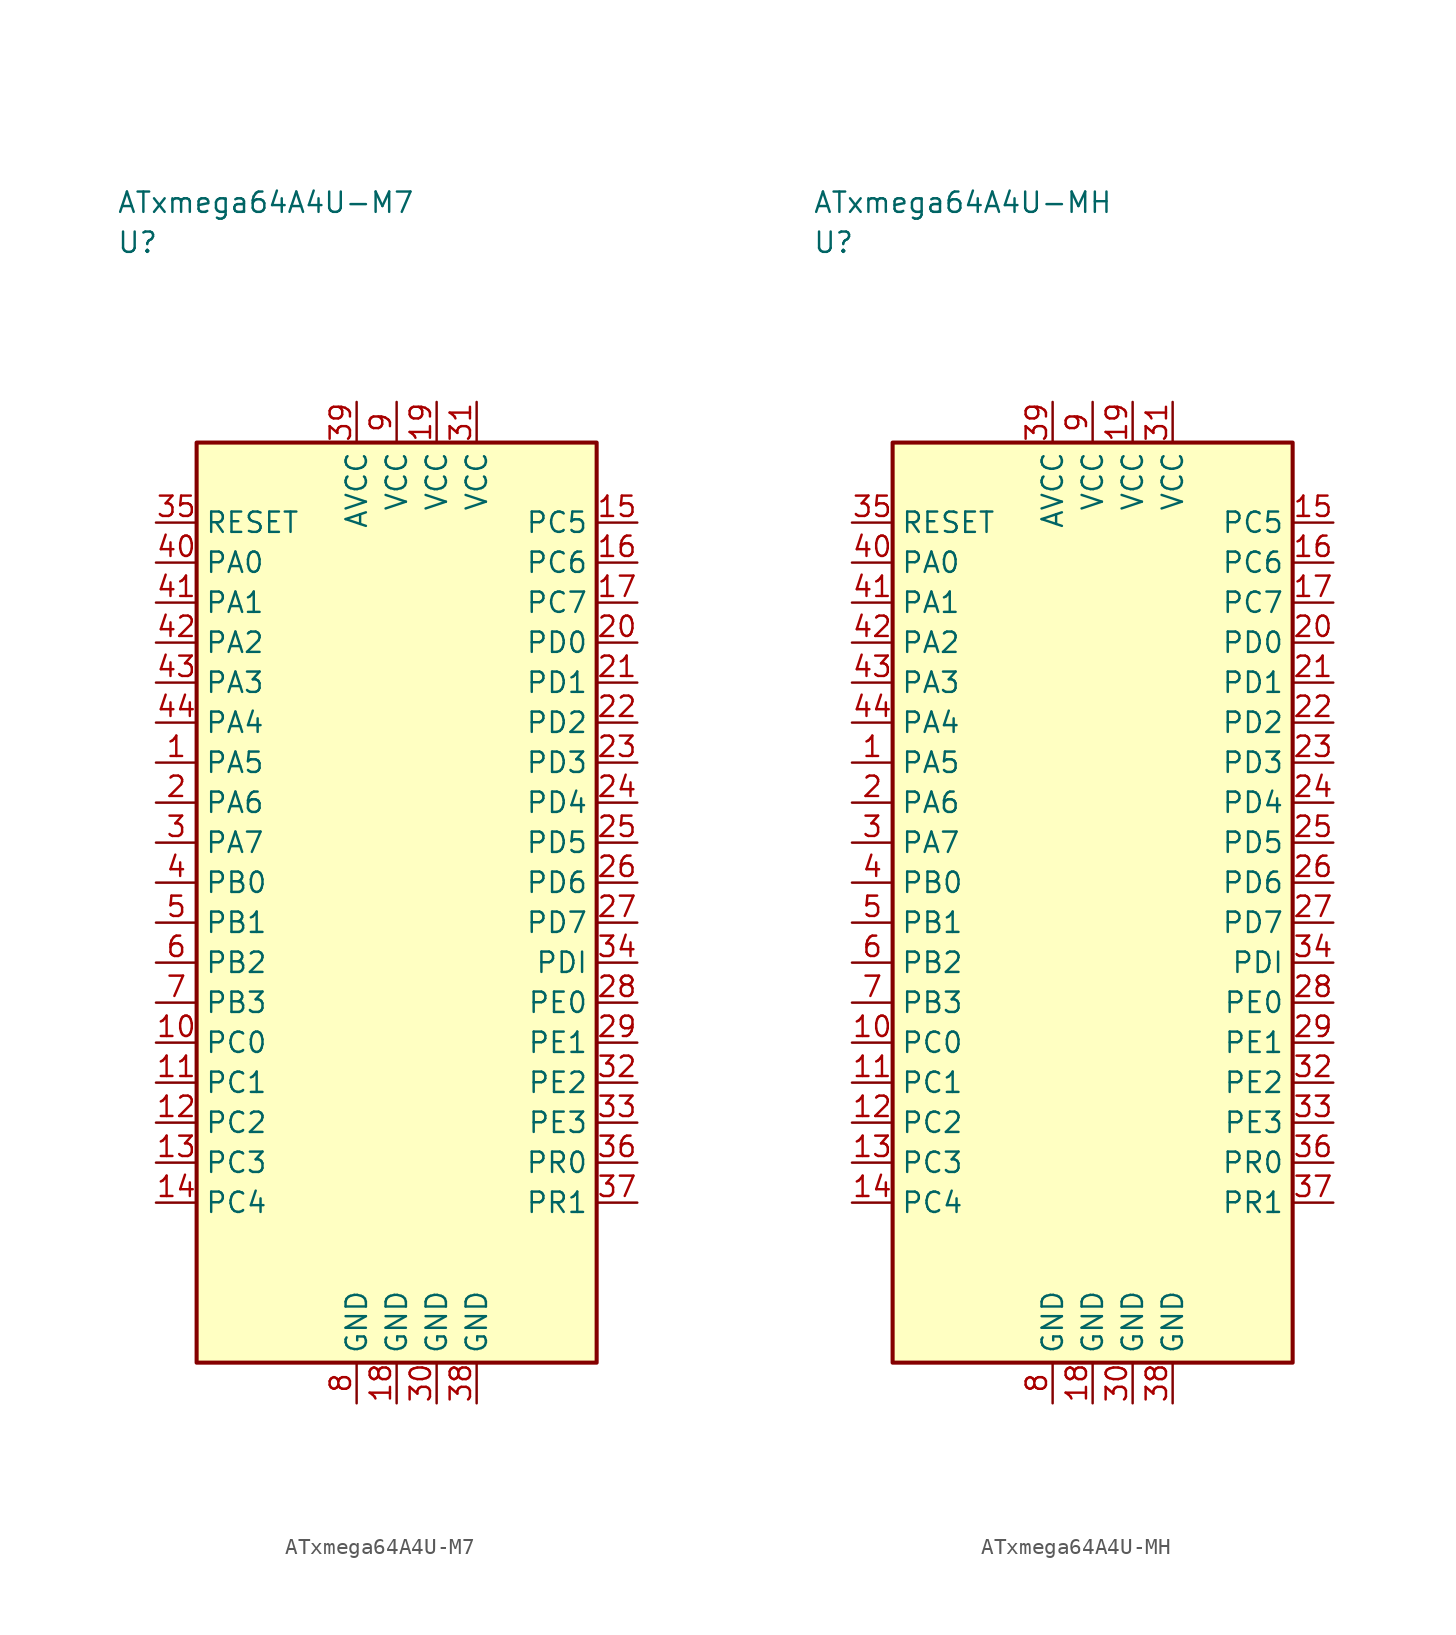
<source format=kicad_sym>
(kicad_symbol_lib
  (version 20241025)
  (generator "kicad_symbol_editor")
  (generator_version "8.0")
  (symbol "ATxmega64A4U-M7"
    (property "Reference" "U"
      (at -17.5 41.25 0)
      (effects (font (size 1.27 1.27)) (justify left)))
    (property "Value" "ATxmega64A4U-M7"
      (at -17.5 43.75 0)
      (effects (font (size 1.27 1.27)) (justify left)))
    (symbol "ATxmega64A4U-M7_0_1"
      (rectangle (start -12.5 28.75) (end 12.5 -28.75) (stroke (width 0.254) (type default)) (fill (type background))))
    (symbol "ATxmega64A4U-M7_1_1"
      (pin bidirectional line (at -15.04 8.75 0.0) (length 2.54) (name "PA5" (effects (font (size 1.27 1.27)))) (number "1" (effects (font (size 1.27 1.27)))))
      (pin bidirectional line (at -15.04 6.25 0.0) (length 2.54) (name "PA6" (effects (font (size 1.27 1.27)))) (number "2" (effects (font (size 1.27 1.27)))))
      (pin bidirectional line (at -15.04 3.75 0.0) (length 2.54) (name "PA7" (effects (font (size 1.27 1.27)))) (number "3" (effects (font (size 1.27 1.27)))))
      (pin bidirectional line (at -15.04 1.25 0.0) (length 2.54) (name "PB0" (effects (font (size 1.27 1.27)))) (number "4" (effects (font (size 1.27 1.27)))))
      (pin bidirectional line (at -15.04 -1.25 0.0) (length 2.54) (name "PB1" (effects (font (size 1.27 1.27)))) (number "5" (effects (font (size 1.27 1.27)))))
      (pin bidirectional line (at -15.04 -3.75 0.0) (length 2.54) (name "PB2" (effects (font (size 1.27 1.27)))) (number "6" (effects (font (size 1.27 1.27)))))
      (pin bidirectional line (at -15.04 -6.25 0.0) (length 2.54) (name "PB3" (effects (font (size 1.27 1.27)))) (number "7" (effects (font (size 1.27 1.27)))))
      (pin passive line (at -2.5 -31.29 90.0) (length 2.54) (name "GND" (effects (font (size 1.27 1.27)))) (number "8" (effects (font (size 1.27 1.27)))))
      (pin power_in line (at 0.0 31.29 270.0) (length 2.54) (name "VCC" (effects (font (size 1.27 1.27)))) (number "9" (effects (font (size 1.27 1.27)))))
      (pin bidirectional line (at -15.04 -8.75 0.0) (length 2.54) (name "PC0" (effects (font (size 1.27 1.27)))) (number "10" (effects (font (size 1.27 1.27)))))
      (pin bidirectional line (at -15.04 -11.25 0.0) (length 2.54) (name "PC1" (effects (font (size 1.27 1.27)))) (number "11" (effects (font (size 1.27 1.27)))))
      (pin bidirectional line (at -15.04 -13.75 0.0) (length 2.54) (name "PC2" (effects (font (size 1.27 1.27)))) (number "12" (effects (font (size 1.27 1.27)))))
      (pin bidirectional line (at -15.04 -16.25 0.0) (length 2.54) (name "PC3" (effects (font (size 1.27 1.27)))) (number "13" (effects (font (size 1.27 1.27)))))
      (pin bidirectional line (at -15.04 -18.75 0.0) (length 2.54) (name "PC4" (effects (font (size 1.27 1.27)))) (number "14" (effects (font (size 1.27 1.27)))))
      (pin bidirectional line (at 15.04 23.75 180.0) (length 2.54) (name "PC5" (effects (font (size 1.27 1.27)))) (number "15" (effects (font (size 1.27 1.27)))))
      (pin bidirectional line (at 15.04 21.25 180.0) (length 2.54) (name "PC6" (effects (font (size 1.27 1.27)))) (number "16" (effects (font (size 1.27 1.27)))))
      (pin bidirectional line (at 15.04 18.75 180.0) (length 2.54) (name "PC7" (effects (font (size 1.27 1.27)))) (number "17" (effects (font (size 1.27 1.27)))))
      (pin passive line (at 0.0 -31.29 90.0) (length 2.54) (name "GND" (effects (font (size 1.27 1.27)))) (number "18" (effects (font (size 1.27 1.27)))))
      (pin power_in line (at 2.5 31.29 270.0) (length 2.54) (name "VCC" (effects (font (size 1.27 1.27)))) (number "19" (effects (font (size 1.27 1.27)))))
      (pin bidirectional line (at 15.04 16.25 180.0) (length 2.54) (name "PD0" (effects (font (size 1.27 1.27)))) (number "20" (effects (font (size 1.27 1.27)))))
      (pin bidirectional line (at 15.04 13.75 180.0) (length 2.54) (name "PD1" (effects (font (size 1.27 1.27)))) (number "21" (effects (font (size 1.27 1.27)))))
      (pin bidirectional line (at 15.04 11.25 180.0) (length 2.54) (name "PD2" (effects (font (size 1.27 1.27)))) (number "22" (effects (font (size 1.27 1.27)))))
      (pin bidirectional line (at 15.04 8.75 180.0) (length 2.54) (name "PD3" (effects (font (size 1.27 1.27)))) (number "23" (effects (font (size 1.27 1.27)))))
      (pin bidirectional line (at 15.04 6.25 180.0) (length 2.54) (name "PD4" (effects (font (size 1.27 1.27)))) (number "24" (effects (font (size 1.27 1.27)))))
      (pin bidirectional line (at 15.04 3.75 180.0) (length 2.54) (name "PD5" (effects (font (size 1.27 1.27)))) (number "25" (effects (font (size 1.27 1.27)))))
      (pin bidirectional line (at 15.04 1.25 180.0) (length 2.54) (name "PD6" (effects (font (size 1.27 1.27)))) (number "26" (effects (font (size 1.27 1.27)))))
      (pin bidirectional line (at 15.04 -1.25 180.0) (length 2.54) (name "PD7" (effects (font (size 1.27 1.27)))) (number "27" (effects (font (size 1.27 1.27)))))
      (pin bidirectional line (at 15.04 -6.25 180.0) (length 2.54) (name "PE0" (effects (font (size 1.27 1.27)))) (number "28" (effects (font (size 1.27 1.27)))))
      (pin bidirectional line (at 15.04 -8.75 180.0) (length 2.54) (name "PE1" (effects (font (size 1.27 1.27)))) (number "29" (effects (font (size 1.27 1.27)))))
      (pin passive line (at 2.5 -31.29 90.0) (length 2.54) (name "GND" (effects (font (size 1.27 1.27)))) (number "30" (effects (font (size 1.27 1.27)))))
      (pin power_in line (at 5.0 31.29 270.0) (length 2.54) (name "VCC" (effects (font (size 1.27 1.27)))) (number "31" (effects (font (size 1.27 1.27)))))
      (pin bidirectional line (at 15.04 -11.25 180.0) (length 2.54) (name "PE2" (effects (font (size 1.27 1.27)))) (number "32" (effects (font (size 1.27 1.27)))))
      (pin bidirectional line (at 15.04 -13.75 180.0) (length 2.54) (name "PE3" (effects (font (size 1.27 1.27)))) (number "33" (effects (font (size 1.27 1.27)))))
      (pin bidirectional line (at 15.04 -3.75 180.0) (length 2.54) (name "PDI" (effects (font (size 1.27 1.27)))) (number "34" (effects (font (size 1.27 1.27)))))
      (pin input line (at -15.04 23.75 0.0) (length 2.54) (name "RESET" (effects (font (size 1.27 1.27)))) (number "35" (effects (font (size 1.27 1.27)))))
      (pin bidirectional line (at 15.04 -16.25 180.0) (length 2.54) (name "PR0" (effects (font (size 1.27 1.27)))) (number "36" (effects (font (size 1.27 1.27)))))
      (pin bidirectional line (at 15.04 -18.75 180.0) (length 2.54) (name "PR1" (effects (font (size 1.27 1.27)))) (number "37" (effects (font (size 1.27 1.27)))))
      (pin passive line (at 5.0 -31.29 90.0) (length 2.54) (name "GND" (effects (font (size 1.27 1.27)))) (number "38" (effects (font (size 1.27 1.27)))))
      (pin power_in line (at -2.5 31.29 270.0) (length 2.54) (name "AVCC" (effects (font (size 1.27 1.27)))) (number "39" (effects (font (size 1.27 1.27)))))
      (pin bidirectional line (at -15.04 21.25 0.0) (length 2.54) (name "PA0" (effects (font (size 1.27 1.27)))) (number "40" (effects (font (size 1.27 1.27)))))
      (pin bidirectional line (at -15.04 18.75 0.0) (length 2.54) (name "PA1" (effects (font (size 1.27 1.27)))) (number "41" (effects (font (size 1.27 1.27)))))
      (pin bidirectional line (at -15.04 16.25 0.0) (length 2.54) (name "PA2" (effects (font (size 1.27 1.27)))) (number "42" (effects (font (size 1.27 1.27)))))
      (pin bidirectional line (at -15.04 13.75 0.0) (length 2.54) (name "PA3" (effects (font (size 1.27 1.27)))) (number "43" (effects (font (size 1.27 1.27)))))
      (pin bidirectional line (at -15.04 11.25 0.0) (length 2.54) (name "PA4" (effects (font (size 1.27 1.27)))) (number "44" (effects (font (size 1.27 1.27)))))))
  (symbol "ATxmega64A4U-MH"
    (property "Reference" "U"
      (at -17.5 41.25 0)
      (effects (font (size 1.27 1.27)) (justify left)))
    (property "Value" "ATxmega64A4U-MH"
      (at -17.5 43.75 0)
      (effects (font (size 1.27 1.27)) (justify left)))
    (symbol "ATxmega64A4U-MH_0_1"
      (rectangle (start -12.5 28.75) (end 12.5 -28.75) (stroke (width 0.254) (type default)) (fill (type background))))
    (symbol "ATxmega64A4U-MH_1_1"
      (pin bidirectional line (at -15.04 8.75 0.0) (length 2.54) (name "PA5" (effects (font (size 1.27 1.27)))) (number "1" (effects (font (size 1.27 1.27)))))
      (pin bidirectional line (at -15.04 6.25 0.0) (length 2.54) (name "PA6" (effects (font (size 1.27 1.27)))) (number "2" (effects (font (size 1.27 1.27)))))
      (pin bidirectional line (at -15.04 3.75 0.0) (length 2.54) (name "PA7" (effects (font (size 1.27 1.27)))) (number "3" (effects (font (size 1.27 1.27)))))
      (pin bidirectional line (at -15.04 1.25 0.0) (length 2.54) (name "PB0" (effects (font (size 1.27 1.27)))) (number "4" (effects (font (size 1.27 1.27)))))
      (pin bidirectional line (at -15.04 -1.25 0.0) (length 2.54) (name "PB1" (effects (font (size 1.27 1.27)))) (number "5" (effects (font (size 1.27 1.27)))))
      (pin bidirectional line (at -15.04 -3.75 0.0) (length 2.54) (name "PB2" (effects (font (size 1.27 1.27)))) (number "6" (effects (font (size 1.27 1.27)))))
      (pin bidirectional line (at -15.04 -6.25 0.0) (length 2.54) (name "PB3" (effects (font (size 1.27 1.27)))) (number "7" (effects (font (size 1.27 1.27)))))
      (pin passive line (at -2.5 -31.29 90.0) (length 2.54) (name "GND" (effects (font (size 1.27 1.27)))) (number "8" (effects (font (size 1.27 1.27)))))
      (pin power_in line (at 0.0 31.29 270.0) (length 2.54) (name "VCC" (effects (font (size 1.27 1.27)))) (number "9" (effects (font (size 1.27 1.27)))))
      (pin bidirectional line (at -15.04 -8.75 0.0) (length 2.54) (name "PC0" (effects (font (size 1.27 1.27)))) (number "10" (effects (font (size 1.27 1.27)))))
      (pin bidirectional line (at -15.04 -11.25 0.0) (length 2.54) (name "PC1" (effects (font (size 1.27 1.27)))) (number "11" (effects (font (size 1.27 1.27)))))
      (pin bidirectional line (at -15.04 -13.75 0.0) (length 2.54) (name "PC2" (effects (font (size 1.27 1.27)))) (number "12" (effects (font (size 1.27 1.27)))))
      (pin bidirectional line (at -15.04 -16.25 0.0) (length 2.54) (name "PC3" (effects (font (size 1.27 1.27)))) (number "13" (effects (font (size 1.27 1.27)))))
      (pin bidirectional line (at -15.04 -18.75 0.0) (length 2.54) (name "PC4" (effects (font (size 1.27 1.27)))) (number "14" (effects (font (size 1.27 1.27)))))
      (pin bidirectional line (at 15.04 23.75 180.0) (length 2.54) (name "PC5" (effects (font (size 1.27 1.27)))) (number "15" (effects (font (size 1.27 1.27)))))
      (pin bidirectional line (at 15.04 21.25 180.0) (length 2.54) (name "PC6" (effects (font (size 1.27 1.27)))) (number "16" (effects (font (size 1.27 1.27)))))
      (pin bidirectional line (at 15.04 18.75 180.0) (length 2.54) (name "PC7" (effects (font (size 1.27 1.27)))) (number "17" (effects (font (size 1.27 1.27)))))
      (pin passive line (at 0.0 -31.29 90.0) (length 2.54) (name "GND" (effects (font (size 1.27 1.27)))) (number "18" (effects (font (size 1.27 1.27)))))
      (pin power_in line (at 2.5 31.29 270.0) (length 2.54) (name "VCC" (effects (font (size 1.27 1.27)))) (number "19" (effects (font (size 1.27 1.27)))))
      (pin bidirectional line (at 15.04 16.25 180.0) (length 2.54) (name "PD0" (effects (font (size 1.27 1.27)))) (number "20" (effects (font (size 1.27 1.27)))))
      (pin bidirectional line (at 15.04 13.75 180.0) (length 2.54) (name "PD1" (effects (font (size 1.27 1.27)))) (number "21" (effects (font (size 1.27 1.27)))))
      (pin bidirectional line (at 15.04 11.25 180.0) (length 2.54) (name "PD2" (effects (font (size 1.27 1.27)))) (number "22" (effects (font (size 1.27 1.27)))))
      (pin bidirectional line (at 15.04 8.75 180.0) (length 2.54) (name "PD3" (effects (font (size 1.27 1.27)))) (number "23" (effects (font (size 1.27 1.27)))))
      (pin bidirectional line (at 15.04 6.25 180.0) (length 2.54) (name "PD4" (effects (font (size 1.27 1.27)))) (number "24" (effects (font (size 1.27 1.27)))))
      (pin bidirectional line (at 15.04 3.75 180.0) (length 2.54) (name "PD5" (effects (font (size 1.27 1.27)))) (number "25" (effects (font (size 1.27 1.27)))))
      (pin bidirectional line (at 15.04 1.25 180.0) (length 2.54) (name "PD6" (effects (font (size 1.27 1.27)))) (number "26" (effects (font (size 1.27 1.27)))))
      (pin bidirectional line (at 15.04 -1.25 180.0) (length 2.54) (name "PD7" (effects (font (size 1.27 1.27)))) (number "27" (effects (font (size 1.27 1.27)))))
      (pin bidirectional line (at 15.04 -6.25 180.0) (length 2.54) (name "PE0" (effects (font (size 1.27 1.27)))) (number "28" (effects (font (size 1.27 1.27)))))
      (pin bidirectional line (at 15.04 -8.75 180.0) (length 2.54) (name "PE1" (effects (font (size 1.27 1.27)))) (number "29" (effects (font (size 1.27 1.27)))))
      (pin passive line (at 2.5 -31.29 90.0) (length 2.54) (name "GND" (effects (font (size 1.27 1.27)))) (number "30" (effects (font (size 1.27 1.27)))))
      (pin power_in line (at 5.0 31.29 270.0) (length 2.54) (name "VCC" (effects (font (size 1.27 1.27)))) (number "31" (effects (font (size 1.27 1.27)))))
      (pin bidirectional line (at 15.04 -11.25 180.0) (length 2.54) (name "PE2" (effects (font (size 1.27 1.27)))) (number "32" (effects (font (size 1.27 1.27)))))
      (pin bidirectional line (at 15.04 -13.75 180.0) (length 2.54) (name "PE3" (effects (font (size 1.27 1.27)))) (number "33" (effects (font (size 1.27 1.27)))))
      (pin bidirectional line (at 15.04 -3.75 180.0) (length 2.54) (name "PDI" (effects (font (size 1.27 1.27)))) (number "34" (effects (font (size 1.27 1.27)))))
      (pin input line (at -15.04 23.75 0.0) (length 2.54) (name "RESET" (effects (font (size 1.27 1.27)))) (number "35" (effects (font (size 1.27 1.27)))))
      (pin bidirectional line (at 15.04 -16.25 180.0) (length 2.54) (name "PR0" (effects (font (size 1.27 1.27)))) (number "36" (effects (font (size 1.27 1.27)))))
      (pin bidirectional line (at 15.04 -18.75 180.0) (length 2.54) (name "PR1" (effects (font (size 1.27 1.27)))) (number "37" (effects (font (size 1.27 1.27)))))
      (pin passive line (at 5.0 -31.29 90.0) (length 2.54) (name "GND" (effects (font (size 1.27 1.27)))) (number "38" (effects (font (size 1.27 1.27)))))
      (pin power_in line (at -2.5 31.29 270.0) (length 2.54) (name "AVCC" (effects (font (size 1.27 1.27)))) (number "39" (effects (font (size 1.27 1.27)))))
      (pin bidirectional line (at -15.04 21.25 0.0) (length 2.54) (name "PA0" (effects (font (size 1.27 1.27)))) (number "40" (effects (font (size 1.27 1.27)))))
      (pin bidirectional line (at -15.04 18.75 0.0) (length 2.54) (name "PA1" (effects (font (size 1.27 1.27)))) (number "41" (effects (font (size 1.27 1.27)))))
      (pin bidirectional line (at -15.04 16.25 0.0) (length 2.54) (name "PA2" (effects (font (size 1.27 1.27)))) (number "42" (effects (font (size 1.27 1.27)))))
      (pin bidirectional line (at -15.04 13.75 0.0) (length 2.54) (name "PA3" (effects (font (size 1.27 1.27)))) (number "43" (effects (font (size 1.27 1.27)))))
      (pin bidirectional line (at -15.04 11.25 0.0) (length 2.54) (name "PA4" (effects (font (size 1.27 1.27)))) (number "44" (effects (font (size 1.27 1.27))))))))
</source>
